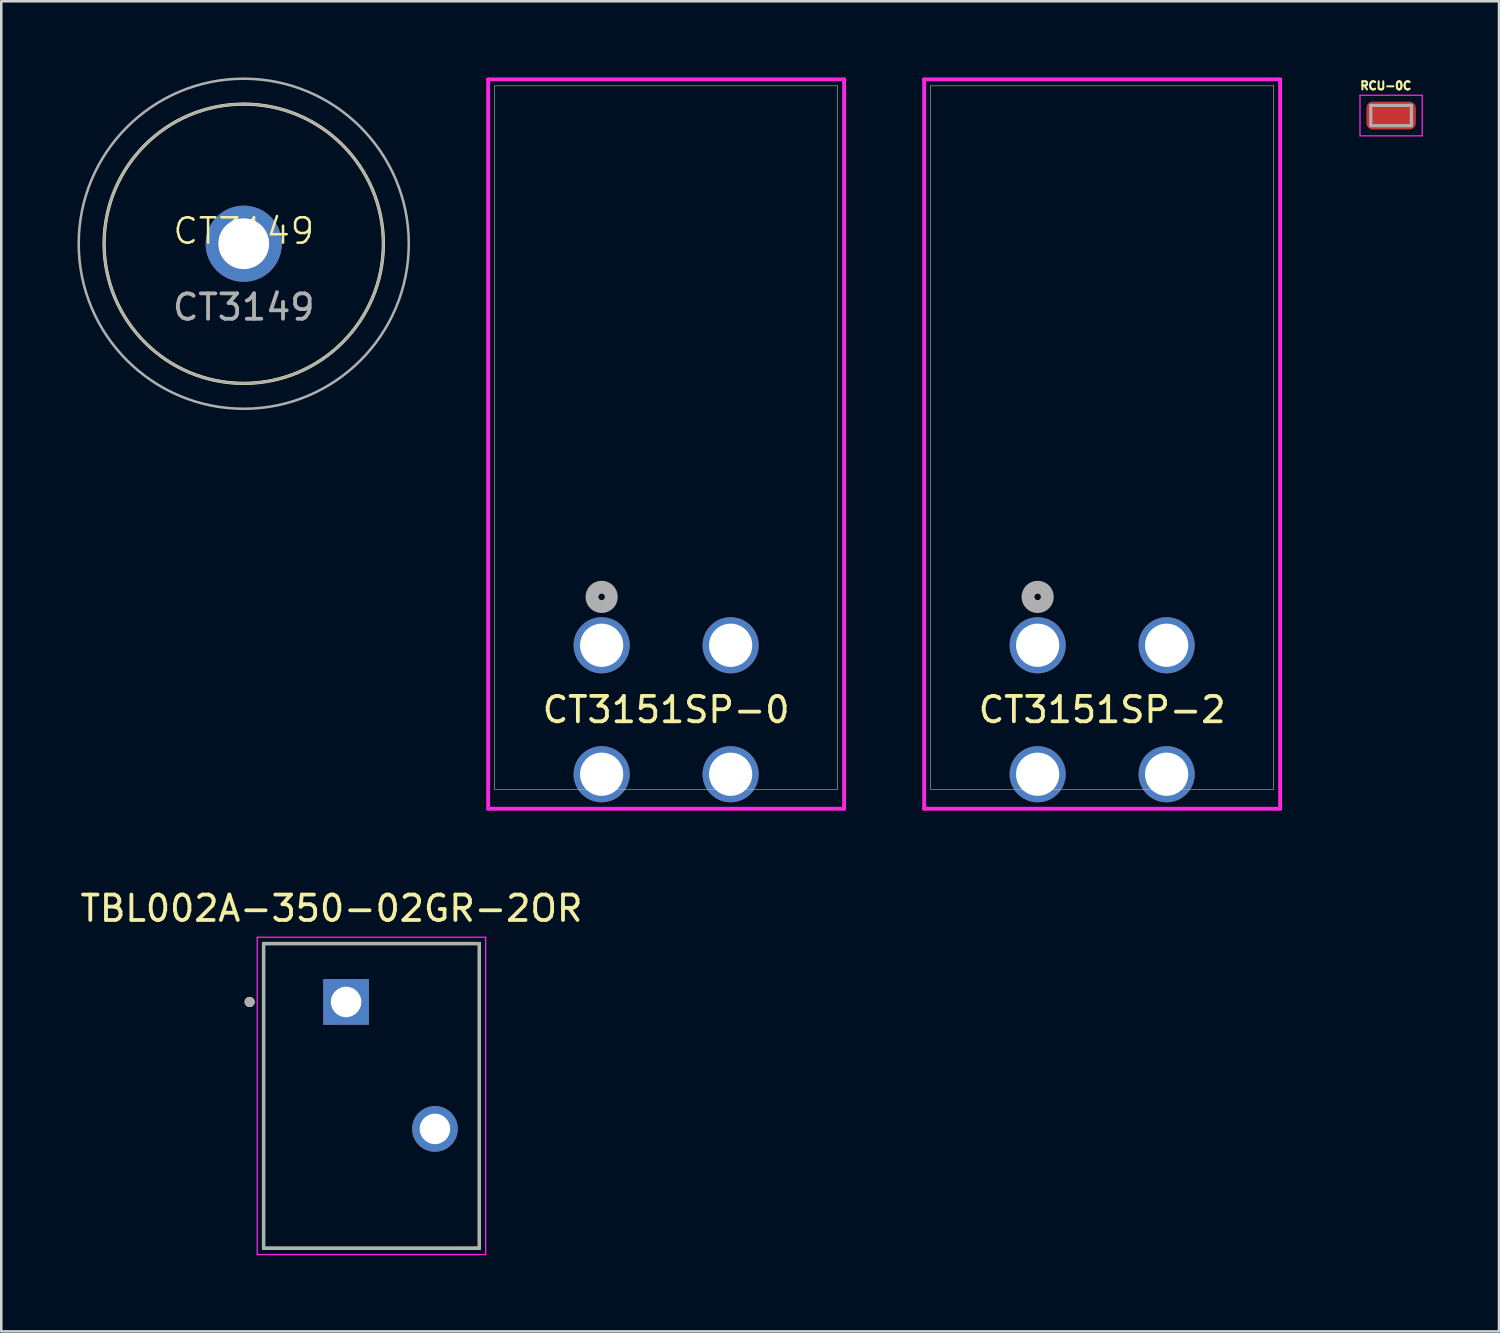
<source format=kicad_pcb>
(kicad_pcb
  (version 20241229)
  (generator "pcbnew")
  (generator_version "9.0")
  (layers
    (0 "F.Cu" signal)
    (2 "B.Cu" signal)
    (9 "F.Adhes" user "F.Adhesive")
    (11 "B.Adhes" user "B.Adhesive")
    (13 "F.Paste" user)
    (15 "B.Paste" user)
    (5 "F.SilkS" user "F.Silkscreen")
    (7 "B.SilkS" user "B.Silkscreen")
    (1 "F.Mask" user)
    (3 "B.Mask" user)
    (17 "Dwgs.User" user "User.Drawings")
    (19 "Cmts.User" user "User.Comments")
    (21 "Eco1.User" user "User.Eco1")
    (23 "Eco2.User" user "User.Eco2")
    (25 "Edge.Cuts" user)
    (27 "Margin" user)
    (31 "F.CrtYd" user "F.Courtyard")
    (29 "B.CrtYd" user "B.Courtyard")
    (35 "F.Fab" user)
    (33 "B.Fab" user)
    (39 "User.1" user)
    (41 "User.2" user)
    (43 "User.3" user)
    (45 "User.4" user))
  (footprint "CT3151SP-2"
    (layer "F.Cu")
    (at 37.82 22.365)
    (property "Reference" "CT3151SP-2" (at 2.54 2.54 0) (unlocked yes) (layer "F.SilkS") (effects (font (size 1 1) (thickness 0.15))))
    (attr through_hole)
    (fp_line (start -4.47 -22.289) (end -4.47 6.439) (stroke (width 0.152) (type solid)) (layer "F.CrtYd"))
    (fp_line (start -4.47 6.439) (end 9.55 6.439) (stroke (width 0.152) (type solid)) (layer "F.CrtYd"))
    (fp_line (start 9.55 -22.289) (end -4.47 -22.289) (stroke (width 0.152) (type solid)) (layer "F.CrtYd"))
    (fp_line (start 9.55 6.439) (end 9.55 -22.289) (stroke (width 0.152) (type solid)) (layer "F.CrtYd"))
    (fp_line (start -4.216 -22.035) (end -4.216 5.676) (stroke (width 0.025) (type solid)) (layer "F.Fab"))
    (fp_line (start -4.216 5.676) (end 9.296 5.676) (stroke (width 0.025) (type solid)) (layer "F.Fab"))
    (fp_line (start 9.296 -22.035) (end -4.216 -22.035) (stroke (width 0.025) (type solid)) (layer "F.Fab"))
    (fp_line (start 9.296 5.676) (end 9.296 -22.035) (stroke (width 0.025) (type solid)) (layer "F.Fab"))
    (fp_circle (center 0 -1.905) (end 0.381 -1.905) (stroke (width 0.508) (type solid)) (fill no) (layer "F.Fab"))
    (pad "1" thru_hole circle (at 0 0) (size 2.21 2.21) (drill 1.702) (layers "*.Cu" "*.Mask"))
    (pad "2" thru_hole circle (at 5.08 0) (size 2.21 2.21) (drill 1.702) (layers "*.Cu" "*.Mask"))
    (pad "3" thru_hole circle (at 0 5.08) (size 2.21 2.21) (drill 1.702) (layers "*.Cu" "*.Mask"))
    (pad "4" thru_hole circle (at 5.08 5.08) (size 2.21 2.21) (drill 1.702) (layers "*.Cu" "*.Mask")))
  (footprint "CT3151SP-0"
    (layer "F.Cu")
    (at 20.647 22.365)
    (property "Reference" "CT3151SP-0" (at 2.54 2.54 0) (unlocked yes) (layer "F.SilkS") (effects (font (size 1 1) (thickness 0.15))))
    (attr through_hole)
    (fp_line (start -4.47 -22.289) (end -4.47 6.439) (stroke (width 0.152) (type solid)) (layer "F.CrtYd"))
    (fp_line (start -4.47 6.439) (end 9.55 6.439) (stroke (width 0.152) (type solid)) (layer "F.CrtYd"))
    (fp_line (start 9.55 -22.289) (end -4.47 -22.289) (stroke (width 0.152) (type solid)) (layer "F.CrtYd"))
    (fp_line (start 9.55 6.439) (end 9.55 -22.289) (stroke (width 0.152) (type solid)) (layer "F.CrtYd"))
    (fp_line (start -4.216 -22.035) (end -4.216 5.676) (stroke (width 0.025) (type solid)) (layer "F.Fab"))
    (fp_line (start -4.216 5.676) (end 9.296 5.676) (stroke (width 0.025) (type solid)) (layer "F.Fab"))
    (fp_line (start 9.296 -22.035) (end -4.216 -22.035) (stroke (width 0.025) (type solid)) (layer "F.Fab"))
    (fp_line (start 9.296 5.676) (end 9.296 -22.035) (stroke (width 0.025) (type solid)) (layer "F.Fab"))
    (fp_circle (center 0 -1.905) (end 0.381 -1.905) (stroke (width 0.508) (type solid)) (fill no) (layer "F.Fab"))
    (pad "1" thru_hole circle (at 0 0) (size 2.21 2.21) (drill 1.702) (layers "*.Cu" "*.Mask"))
    (pad "2" thru_hole circle (at 5.08 0) (size 2.21 2.21) (drill 1.702) (layers "*.Cu" "*.Mask"))
    (pad "3" thru_hole circle (at 0 5.08) (size 2.21 2.21) (drill 1.702) (layers "*.Cu" "*.Mask"))
    (pad "4" thru_hole circle (at 5.08 5.08) (size 2.21 2.21) (drill 1.702) (layers "*.Cu" "*.Mask")))
  (footprint "CT3149"
    (layer "F.Cu")
    (at 6.55 6.55)
    (property "Reference" "CT3149" (at 0 -0.5 0) (unlocked yes) (layer "F.SilkS") (effects (font (size 1 1) (thickness 0.1))))
    (attr through_hole)
    (fp_circle (center 0 0) (end 5.5 0) (stroke (width 0.127) (type default)) (fill no) (layer "F.SilkS"))
    (fp_circle (center 0 0) (end 5.5 0) (stroke (width 0.1) (type default)) (fill no) (layer "F.Fab"))
    (fp_circle (center 0 0) (end 6.5 0) (stroke (width 0.1) (type default)) (fill no) (layer "F.Fab"))
    (fp_text user "${REFERENCE}" (at 0 2.5 0) (unlocked yes) (layer "F.Fab") (effects (font (size 1 1) (thickness 0.15))))
    (pad "1" thru_hole circle (at 0 0) (size 3 3) (drill 2) (layers "*.Cu" "*.Mask")))
  (footprint "RCU-0C"
    (layer "F.Cu")
    (at 51.741 1.501)
    (property "Reference" "RCU-0C" (at -0.209 -1.173 0) (layer "F.SilkS") (effects (font (size 0.32 0.32) (thickness 0.15))))
    (attr smd)
    (fp_line (start -1.225 -0.8) (end 1.225 -0.8) (stroke (width 0.05) (type solid)) (layer "F.CrtYd"))
    (fp_line (start -1.225 0.8) (end -1.225 -0.8) (stroke (width 0.05) (type solid)) (layer "F.CrtYd"))
    (fp_line (start 1.225 -0.8) (end 1.225 0.8) (stroke (width 0.05) (type solid)) (layer "F.CrtYd"))
    (fp_line (start 1.225 0.8) (end -1.225 0.8) (stroke (width 0.05) (type solid)) (layer "F.CrtYd"))
    (fp_line (start -0.8 -0.4) (end 0.8 -0.4) (stroke (width 0.127) (type solid)) (layer "F.Fab"))
    (fp_line (start -0.8 0.4) (end -0.8 -0.4) (stroke (width 0.127) (type solid)) (layer "F.Fab"))
    (fp_line (start 0.8 -0.4) (end 0.8 0.4) (stroke (width 0.127) (type solid)) (layer "F.Fab"))
    (fp_line (start 0.8 0.4) (end -0.8 0.4) (stroke (width 0.127) (type solid)) (layer "F.Fab"))
    (pad "1" smd roundrect (at 0 0) (size 1.95 1.1) (layers "F.Cu" "F.Mask" "F.Paste") (roundrect_rratio 0.227)))
  (footprint "TBL002A-350-02GR-2OR"
    (layer "F.Cu")
    (at 10.581 36.414)
    (property "Reference" "TBL002A-350-02GR-2OR" (at -0.575 -3.685 0) (layer "F.SilkS") (effects (font (size 1 1) (thickness 0.15))))
    (attr through_hole)
    (fp_line (start -3.25 -2.3) (end 5.25 -2.3) (stroke (width 0.127) (type solid)) (layer "F.SilkS"))
    (fp_line (start -3.25 9.7) (end -3.25 -2.3) (stroke (width 0.127) (type solid)) (layer "F.SilkS"))
    (fp_line (start 5.25 -2.3) (end 5.25 9.7) (stroke (width 0.127) (type solid)) (layer "F.SilkS"))
    (fp_line (start 5.25 9.7) (end -3.25 9.7) (stroke (width 0.127) (type solid)) (layer "F.SilkS"))
    (fp_circle (center -3.8 0) (end -3.7 0) (stroke (width 0.2) (type solid)) (fill no) (layer "F.SilkS"))
    (fp_line (start -3.5 -2.55) (end 5.5 -2.55) (stroke (width 0.05) (type solid)) (layer "F.CrtYd"))
    (fp_line (start -3.5 9.95) (end -3.5 -2.55) (stroke (width 0.05) (type solid)) (layer "F.CrtYd"))
    (fp_line (start 5.5 -2.55) (end 5.5 9.95) (stroke (width 0.05) (type solid)) (layer "F.CrtYd"))
    (fp_line (start 5.5 9.95) (end -3.5 9.95) (stroke (width 0.05) (type solid)) (layer "F.CrtYd"))
    (fp_line (start -3.25 -2.3) (end 5.25 -2.3) (stroke (width 0.127) (type solid)) (layer "F.Fab"))
    (fp_line (start -3.25 9.7) (end -3.25 -2.3) (stroke (width 0.127) (type solid)) (layer "F.Fab"))
    (fp_line (start 5.25 -2.3) (end 5.25 9.7) (stroke (width 0.127) (type solid)) (layer "F.Fab"))
    (fp_line (start 5.25 9.7) (end -3.25 9.7) (stroke (width 0.127) (type solid)) (layer "F.Fab"))
    (fp_circle (center -3.8 0) (end -3.7 0) (stroke (width 0.2) (type solid)) (fill no) (layer "F.Fab"))
    (pad "1" thru_hole rect (at 0 0) (size 1.8 1.8) (drill 1.2) (layers "*.Cu" "*.Mask"))
    (pad "2" thru_hole circle (at 3.5 5) (size 1.8 1.8) (drill 1.2) (layers "*.Cu" "*.Mask")))
  (gr_rect
    (start -3 -3)
    (end 55.991 49.389)
    (stroke (width 0.1) (type default))
    (fill no)
    (layer "Edge.Cuts")))
</source>
